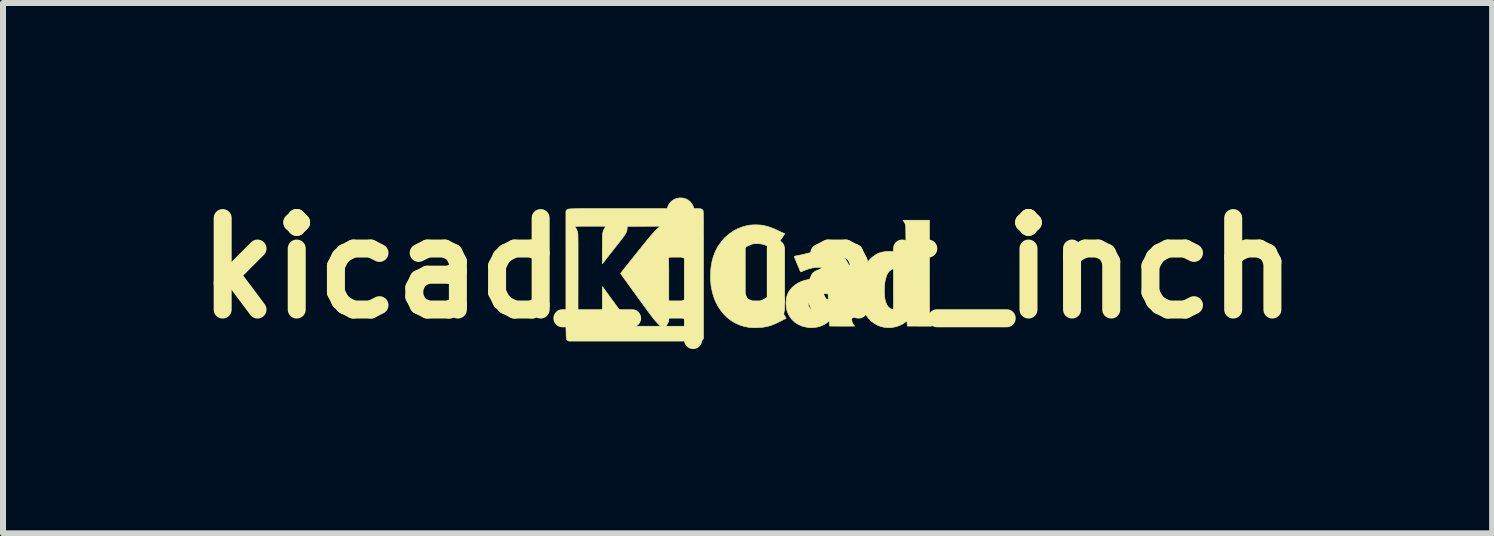
<source format=kicad_pcb>
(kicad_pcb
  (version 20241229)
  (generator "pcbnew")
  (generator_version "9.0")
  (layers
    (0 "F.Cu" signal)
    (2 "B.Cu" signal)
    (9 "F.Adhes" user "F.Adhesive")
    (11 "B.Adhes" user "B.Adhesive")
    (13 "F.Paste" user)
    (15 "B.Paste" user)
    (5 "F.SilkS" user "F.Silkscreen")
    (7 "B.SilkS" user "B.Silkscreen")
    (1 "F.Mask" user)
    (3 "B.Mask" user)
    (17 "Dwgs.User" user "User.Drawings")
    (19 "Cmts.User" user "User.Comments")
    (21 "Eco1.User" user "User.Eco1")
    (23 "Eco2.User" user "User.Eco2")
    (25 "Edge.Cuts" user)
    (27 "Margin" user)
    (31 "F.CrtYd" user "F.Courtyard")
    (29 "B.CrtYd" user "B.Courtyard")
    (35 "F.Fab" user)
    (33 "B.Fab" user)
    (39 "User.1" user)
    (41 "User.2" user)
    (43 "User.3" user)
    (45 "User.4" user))
  (footprint "kicad_quar_inch"
    (layer "F.Cu")
    (at 9.405 1.418)
    (property "Reference" "kicad_quar_inch" (at 0 0 0) (layer "F.SilkS") (effects (font (size 1.524 1.524) (thickness 0.3))))
    (attr through_hole)
    (fp_poly (pts (xy 0.192 -0.72) (xy 0.237 -0.716) (xy 0.273 -0.71) (xy 0.331 -0.696) (xy 0.388 -0.677) (xy 0.447 -0.654) (xy 0.508 -0.625) (xy 0.535 -0.612) (xy 0.56 -0.6) (xy 0.581 -0.591) (xy 0.597 -0.585) (xy 0.604 -0.582) (xy 0.615 -0.579) (xy 0.619 -0.574) (xy 0.619 -0.573) (xy 0.616 -0.568) (xy 0.608 -0.556) (xy 0.596 -0.537) (xy 0.58 -0.513) (xy 0.56 -0.485) (xy 0.539 -0.454) (xy 0.521 -0.428) (xy 0.425 -0.288) (xy 0.39 -0.321) (xy 0.351 -0.354) (xy 0.31 -0.379) (xy 0.266 -0.395) (xy 0.218 -0.405) (xy 0.164 -0.409) (xy 0.159 -0.409) (xy 0.131 -0.408) (xy 0.11 -0.407) (xy 0.092 -0.405) (xy 0.076 -0.401) (xy 0.058 -0.395) (xy 0.057 -0.395) (xy 0.009 -0.374) (xy -0.035 -0.345) (xy -0.073 -0.307) (xy -0.107 -0.261) (xy -0.136 -0.207) (xy -0.16 -0.145) (xy -0.179 -0.074) (xy -0.184 -0.052) (xy -0.189 -0.023) (xy -0.192 0.015) (xy -0.195 0.057) (xy -0.197 0.102) (xy -0.198 0.148) (xy -0.198 0.192) (xy -0.196 0.232) (xy -0.194 0.259) (xy -0.182 0.332) (xy -0.165 0.399) (xy -0.143 0.459) (xy -0.115 0.514) (xy -0.083 0.56) (xy -0.046 0.599) (xy -0.038 0.605) (xy 0.009 0.637) (xy 0.059 0.66) (xy 0.111 0.674) (xy 0.164 0.679) (xy 0.218 0.675) (xy 0.272 0.662) (xy 0.324 0.64) (xy 0.375 0.609) (xy 0.424 0.57) (xy 0.43 0.565) (xy 0.46 0.535) (xy 0.483 0.571) (xy 0.492 0.586) (xy 0.505 0.607) (xy 0.521 0.633) (xy 0.539 0.663) (xy 0.559 0.695) (xy 0.574 0.721) (xy 0.644 0.835) (xy 0.549 0.883) (xy 0.498 0.908) (xy 0.453 0.929) (xy 0.413 0.945) (xy 0.375 0.959) (xy 0.338 0.969) (xy 0.298 0.977) (xy 0.256 0.984) (xy 0.248 0.985) (xy 0.216 0.988) (xy 0.177 0.99) (xy 0.136 0.991) (xy 0.095 0.991) (xy 0.058 0.989) (xy 0.03 0.987) (xy -0.053 0.972) (xy -0.131 0.947) (xy -0.205 0.914) (xy -0.274 0.873) (xy -0.339 0.823) (xy -0.398 0.764) (xy -0.437 0.717) (xy -0.485 0.646) (xy -0.527 0.569) (xy -0.561 0.486) (xy -0.587 0.398) (xy -0.606 0.306) (xy -0.61 0.27) (xy -0.613 0.237) (xy -0.615 0.196) (xy -0.616 0.151) (xy -0.615 0.104) (xy -0.614 0.059) (xy -0.612 0.018) (xy -0.608 -0.017) (xy -0.608 -0.02) (xy -0.592 -0.111) (xy -0.569 -0.195) (xy -0.538 -0.274) (xy -0.501 -0.348) (xy -0.482 -0.377) (xy -0.431 -0.447) (xy -0.374 -0.511) (xy -0.311 -0.566) (xy -0.242 -0.615) (xy -0.169 -0.655) (xy -0.091 -0.686) (xy -0.011 -0.708) (xy 0.011 -0.713) (xy 0.05 -0.718) (xy 0.096 -0.721) (xy 0.144 -0.722) (xy 0.192 -0.72)) (stroke (width 0.01) (type solid)) (fill yes) (layer "F.SilkS"))
    (fp_poly (pts (xy 3.031 0.02) (xy 3.031 0.128) (xy 3.031 0.227) (xy 3.031 0.317) (xy 3.031 0.398) (xy 3.031 0.471) (xy 3.031 0.536) (xy 3.032 0.595) (xy 3.032 0.646) (xy 3.032 0.692) (xy 3.033 0.731) (xy 3.034 0.766) (xy 3.034 0.795) (xy 3.035 0.82) (xy 3.036 0.841) (xy 3.038 0.859) (xy 3.039 0.873) (xy 3.041 0.885) (xy 3.043 0.895) (xy 3.045 0.903) (xy 3.048 0.91) (xy 3.051 0.917) (xy 3.054 0.923) (xy 3.057 0.929) (xy 3.06 0.935) (xy 3.068 0.949) (xy 3.073 0.96) (xy 3.075 0.964) (xy 3.071 0.964) (xy 3.057 0.965) (xy 3.036 0.966) (xy 3.008 0.966) (xy 2.974 0.966) (xy 2.935 0.966) (xy 2.893 0.966) (xy 2.869 0.966) (xy 2.662 0.965) (xy 2.659 0.921) (xy 2.657 0.877) (xy 2.633 0.896) (xy 2.586 0.929) (xy 2.532 0.956) (xy 2.474 0.975) (xy 2.413 0.987) (xy 2.41 0.987) (xy 2.377 0.99) (xy 2.351 0.991) (xy 2.326 0.991) (xy 2.3 0.988) (xy 2.287 0.987) (xy 2.226 0.974) (xy 2.168 0.952) (xy 2.113 0.921) (xy 2.062 0.883) (xy 2.016 0.837) (xy 1.976 0.784) (xy 1.952 0.743) (xy 1.922 0.677) (xy 1.9 0.606) (xy 1.885 0.528) (xy 1.877 0.443) (xy 1.877 0.434) (xy 1.877 0.393) (xy 2.28 0.393) (xy 2.281 0.437) (xy 2.284 0.476) (xy 2.288 0.509) (xy 2.291 0.521) (xy 2.304 0.571) (xy 2.323 0.612) (xy 2.345 0.645) (xy 2.373 0.669) (xy 2.406 0.685) (xy 2.444 0.693) (xy 2.458 0.694) (xy 2.471 0.693) (xy 2.489 0.691) (xy 2.506 0.687) (xy 2.544 0.677) (xy 2.579 0.662) (xy 2.612 0.642) (xy 2.639 0.624) (xy 2.639 0.064) (xy 2.609 0.044) (xy 2.571 0.025) (xy 2.531 0.012) (xy 2.49 0.005) (xy 2.451 0.006) (xy 2.419 0.013) (xy 2.397 0.024) (xy 2.374 0.041) (xy 2.352 0.062) (xy 2.336 0.085) (xy 2.335 0.086) (xy 2.321 0.114) (xy 2.309 0.149) (xy 2.297 0.189) (xy 2.289 0.231) (xy 2.285 0.265) (xy 2.282 0.305) (xy 2.28 0.349) (xy 2.28 0.393) (xy 1.877 0.393) (xy 1.876 0.346) (xy 1.882 0.26) (xy 1.894 0.178) (xy 1.912 0.1) (xy 1.935 0.028) (xy 1.963 -0.038) (xy 1.979 -0.067) (xy 2.009 -0.111) (xy 2.046 -0.153) (xy 2.089 -0.191) (xy 2.135 -0.223) (xy 2.182 -0.248) (xy 2.193 -0.252) (xy 2.239 -0.266) (xy 2.291 -0.276) (xy 2.346 -0.28) (xy 2.401 -0.279) (xy 2.446 -0.273) (xy 2.489 -0.263) (xy 2.531 -0.248) (xy 2.571 -0.23) (xy 2.606 -0.209) (xy 2.628 -0.192) (xy 2.64 -0.181) (xy 2.638 -0.447) (xy 2.638 -0.505) (xy 2.638 -0.554) (xy 2.637 -0.595) (xy 2.637 -0.628) (xy 2.636 -0.655) (xy 2.636 -0.677) (xy 2.635 -0.693) (xy 2.634 -0.706) (xy 2.633 -0.716) (xy 2.631 -0.724) (xy 2.629 -0.73) (xy 2.627 -0.736) (xy 2.626 -0.738) (xy 2.617 -0.757) (xy 2.607 -0.774) (xy 2.602 -0.782) (xy 2.589 -0.799) (xy 3.031 -0.799) (xy 3.031 0.02)) (stroke (width 0.01) (type solid)) (fill yes) (layer "F.SilkS"))
    (fp_poly (pts (xy 1.314 -0.277) (xy 1.379 -0.27) (xy 1.438 -0.258) (xy 1.491 -0.241) (xy 1.539 -0.218) (xy 1.568 -0.2) (xy 1.607 -0.17) (xy 1.641 -0.134) (xy 1.668 -0.091) (xy 1.691 -0.041) (xy 1.71 0.017) (xy 1.718 0.05) (xy 1.72 0.059) (xy 1.721 0.068) (xy 1.723 0.078) (xy 1.724 0.09) (xy 1.725 0.104) (xy 1.726 0.121) (xy 1.727 0.142) (xy 1.727 0.168) (xy 1.728 0.199) (xy 1.729 0.235) (xy 1.729 0.279) (xy 1.73 0.33) (xy 1.73 0.389) (xy 1.731 0.457) (xy 1.731 0.486) (xy 1.732 0.558) (xy 1.732 0.62) (xy 1.733 0.673) (xy 1.733 0.719) (xy 1.734 0.757) (xy 1.734 0.79) (xy 1.735 0.816) (xy 1.736 0.837) (xy 1.736 0.854) (xy 1.737 0.867) (xy 1.738 0.877) (xy 1.74 0.885) (xy 1.741 0.891) (xy 1.743 0.897) (xy 1.745 0.902) (xy 1.745 0.902) (xy 1.753 0.92) (xy 1.763 0.938) (xy 1.768 0.945) (xy 1.776 0.956) (xy 1.781 0.963) (xy 1.781 0.965) (xy 1.776 0.965) (xy 1.763 0.966) (xy 1.741 0.966) (xy 1.713 0.966) (xy 1.678 0.966) (xy 1.639 0.966) (xy 1.597 0.966) (xy 1.574 0.966) (xy 1.367 0.965) (xy 1.364 0.921) (xy 1.362 0.878) (xy 1.334 0.9) (xy 1.303 0.923) (xy 1.265 0.945) (xy 1.225 0.962) (xy 1.198 0.972) (xy 1.161 0.981) (xy 1.121 0.987) (xy 1.082 0.991) (xy 1.045 0.991) (xy 1.022 0.989) (xy 0.984 0.983) (xy 0.954 0.977) (xy 0.928 0.971) (xy 0.903 0.963) (xy 0.901 0.962) (xy 0.843 0.936) (xy 0.791 0.903) (xy 0.747 0.863) (xy 0.709 0.817) (xy 0.68 0.766) (xy 0.658 0.71) (xy 0.645 0.649) (xy 0.641 0.584) (xy 0.641 0.582) (xy 1.012 0.582) (xy 1.015 0.615) (xy 1.021 0.637) (xy 1.039 0.665) (xy 1.064 0.688) (xy 1.095 0.706) (xy 1.12 0.714) (xy 1.139 0.717) (xy 1.165 0.717) (xy 1.193 0.716) (xy 1.22 0.712) (xy 1.242 0.707) (xy 1.243 0.707) (xy 1.273 0.693) (xy 1.302 0.673) (xy 1.326 0.649) (xy 1.33 0.644) (xy 1.344 0.624) (xy 1.344 0.528) (xy 1.344 0.498) (xy 1.344 0.472) (xy 1.343 0.451) (xy 1.341 0.436) (xy 1.34 0.43) (xy 1.34 0.429) (xy 1.333 0.428) (xy 1.319 0.426) (xy 1.3 0.425) (xy 1.286 0.424) (xy 1.233 0.423) (xy 1.183 0.428) (xy 1.138 0.439) (xy 1.098 0.455) (xy 1.065 0.475) (xy 1.039 0.5) (xy 1.026 0.52) (xy 1.018 0.538) (xy 1.014 0.554) (xy 1.012 0.573) (xy 1.012 0.582) (xy 0.641 0.582) (xy 0.642 0.558) (xy 0.645 0.517) (xy 0.651 0.482) (xy 0.661 0.45) (xy 0.675 0.417) (xy 0.681 0.404) (xy 0.71 0.359) (xy 0.748 0.317) (xy 0.793 0.279) (xy 0.845 0.246) (xy 0.902 0.219) (xy 0.911 0.216) (xy 0.952 0.203) (xy 1 0.192) (xy 1.055 0.183) (xy 1.113 0.176) (xy 1.172 0.172) (xy 1.232 0.171) (xy 1.282 0.172) (xy 1.351 0.175) (xy 1.348 0.143) (xy 1.341 0.1) (xy 1.328 0.064) (xy 1.31 0.035) (xy 1.286 0.013) (xy 1.268 0.003) (xy 1.251 -0.005) (xy 1.235 -0.01) (xy 1.215 -0.013) (xy 1.196 -0.014) (xy 1.14 -0.013) (xy 1.08 -0.004) (xy 1.017 0.012) (xy 0.953 0.035) (xy 0.924 0.047) (xy 0.907 0.055) (xy 0.893 0.06) (xy 0.885 0.063) (xy 0.884 0.062) (xy 0.882 0.057) (xy 0.876 0.045) (xy 0.868 0.026) (xy 0.858 0.002) (xy 0.847 -0.025) (xy 0.834 -0.055) (xy 0.822 -0.085) (xy 0.81 -0.114) (xy 0.799 -0.14) (xy 0.79 -0.163) (xy 0.783 -0.181) (xy 0.779 -0.192) (xy 0.778 -0.194) (xy 0.782 -0.198) (xy 0.794 -0.202) (xy 0.814 -0.206) (xy 0.819 -0.206) (xy 0.836 -0.21) (xy 0.861 -0.215) (xy 0.892 -0.221) (xy 0.925 -0.229) (xy 0.96 -0.237) (xy 0.97 -0.24) (xy 1.016 -0.251) (xy 1.055 -0.26) (xy 1.088 -0.267) (xy 1.117 -0.272) (xy 1.143 -0.276) (xy 1.17 -0.278) (xy 1.198 -0.279) (xy 1.229 -0.279) (xy 1.24 -0.279) (xy 1.314 -0.277)) (stroke (width 0.01) (type solid)) (fill yes) (layer "F.SilkS"))
    (fp_poly (pts (xy -1.068 -1.167) (xy -1.024 -1.153) (xy -0.985 -1.131) (xy -0.951 -1.102) (xy -0.923 -1.065) (xy -0.902 -1.022) (xy -0.898 -1.011) (xy -0.892 -0.992) (xy -0.838 -0.992) (xy -0.806 -0.991) (xy -0.782 -0.989) (xy -0.765 -0.983) (xy -0.752 -0.975) (xy -0.743 -0.964) (xy -0.743 -0.963) (xy -0.742 -0.961) (xy -0.741 -0.958) (xy -0.74 -0.953) (xy -0.739 -0.947) (xy -0.739 -0.938) (xy -0.738 -0.927) (xy -0.737 -0.913) (xy -0.737 -0.896) (xy -0.736 -0.875) (xy -0.736 -0.849) (xy -0.736 -0.819) (xy -0.735 -0.784) (xy -0.735 -0.744) (xy -0.735 -0.698) (xy -0.735 -0.646) (xy -0.735 -0.587) (xy -0.734 -0.521) (xy -0.734 -0.448) (xy -0.734 -0.368) (xy -0.734 -0.279) (xy -0.734 -0.182) (xy -0.734 -0.076) (xy -0.734 0.04) (xy -0.734 0.112) (xy -0.734 1.172) (xy -0.745 1.186) (xy -0.747 1.189) (xy -0.748 1.192) (xy -0.75 1.195) (xy -0.751 1.198) (xy -0.754 1.2) (xy -0.757 1.202) (xy -0.762 1.204) (xy -0.769 1.206) (xy -0.778 1.207) (xy -0.79 1.209) (xy -0.804 1.21) (xy -0.822 1.211) (xy -0.844 1.212) (xy -0.87 1.213) (xy -0.9 1.213) (xy -0.936 1.214) (xy -0.976 1.214) (xy -1.023 1.215) (xy -1.075 1.215) (xy -1.134 1.215) (xy -1.2 1.215) (xy -1.273 1.215) (xy -1.353 1.215) (xy -1.442 1.215) (xy -1.539 1.215) (xy -1.645 1.215) (xy -1.76 1.215) (xy -1.881 1.215) (xy -2.979 1.215) (xy -2.995 1.205) (xy -2.999 1.203) (xy -3.002 1.201) (xy -3.005 1.2) (xy -3.008 1.198) (xy -3.01 1.196) (xy -3.012 1.193) (xy -3.014 1.188) (xy -3.016 1.181) (xy -3.018 1.172) (xy -3.019 1.16) (xy -3.021 1.146) (xy -3.022 1.127) (xy -3.023 1.105) (xy -3.023 1.079) (xy -3.024 1.048) (xy -3.025 1.013) (xy -3.025 0.972) (xy -3.025 0.925) (xy -3.026 0.871) (xy -3.026 0.812) (xy -3.026 0.745) (xy -3.026 0.671) (xy -3.026 0.589) (xy -3.026 0.499) (xy -3.026 0.401) (xy -3.026 0.294) (xy -3.026 0.177) (xy -3.026 0.108) (xy -3.026 -0.695) (xy -2.882 -0.695) (xy -2.879 -0.689) (xy -2.872 -0.682) (xy -2.86 -0.667) (xy -2.848 -0.645) (xy -2.837 -0.619) (xy -2.83 -0.593) (xy -2.828 -0.582) (xy -2.827 -0.572) (xy -2.826 -0.552) (xy -2.825 -0.523) (xy -2.825 -0.484) (xy -2.824 -0.436) (xy -2.824 -0.378) (xy -2.824 -0.311) (xy -2.824 -0.233) (xy -2.824 -0.147) (xy -2.824 -0.05) (xy -2.824 0.056) (xy -2.824 0.156) (xy -2.825 0.861) (xy -2.836 0.89) (xy -2.845 0.909) (xy -2.855 0.928) (xy -2.862 0.937) (xy -2.871 0.949) (xy -2.878 0.959) (xy -2.879 0.961) (xy -2.878 0.963) (xy -2.873 0.964) (xy -2.863 0.965) (xy -2.847 0.966) (xy -2.825 0.966) (xy -2.797 0.967) (xy -2.76 0.967) (xy -2.716 0.967) (xy -2.663 0.967) (xy -2.623 0.967) (xy -2.362 0.967) (xy -2.379 0.939) (xy -2.388 0.924) (xy -2.395 0.909) (xy -2.401 0.894) (xy -2.407 0.878) (xy -2.411 0.86) (xy -2.414 0.838) (xy -2.416 0.812) (xy -2.418 0.781) (xy -2.419 0.745) (xy -2.42 0.701) (xy -2.42 0.651) (xy -2.42 0.591) (xy -2.42 0.552) (xy -2.418 0.307) (xy -2.247 0.541) (xy -2.215 0.584) (xy -2.184 0.627) (xy -2.155 0.667) (xy -2.128 0.705) (xy -2.104 0.738) (xy -2.084 0.767) (xy -2.068 0.79) (xy -2.057 0.807) (xy -2.052 0.815) (xy -2.034 0.85) (xy -2.022 0.88) (xy -2.016 0.907) (xy -2.016 0.934) (xy -2.016 0.939) (xy -2.019 0.967) (xy -1.449 0.967) (xy -1.361 0.967) (xy -1.117 0.967) (xy -1.069 0.967) (xy -1.024 0.967) (xy -0.983 0.967) (xy -0.947 0.967) (xy -0.917 0.966) (xy -0.894 0.966) (xy -0.879 0.966) (xy -0.873 0.965) (xy -0.873 0.965) (xy -0.876 0.96) (xy -0.882 0.95) (xy -0.887 0.942) (xy -0.898 0.923) (xy -0.908 0.903) (xy -0.911 0.895) (xy -0.912 0.891) (xy -0.913 0.886) (xy -0.915 0.88) (xy -0.916 0.872) (xy -0.916 0.861) (xy -0.917 0.847) (xy -0.918 0.83) (xy -0.918 0.808) (xy -0.919 0.782) (xy -0.919 0.751) (xy -0.92 0.714) (xy -0.92 0.67) (xy -0.92 0.62) (xy -0.921 0.562) (xy -0.921 0.496) (xy -0.921 0.421) (xy -0.922 0.337) (xy -0.922 0.306) (xy -0.923 -0.258) (xy -1.36 -0.258) (xy -1.345 -0.237) (xy -1.335 -0.219) (xy -1.325 -0.198) (xy -1.322 -0.191) (xy -1.32 -0.187) (xy -1.319 -0.182) (xy -1.318 -0.176) (xy -1.317 -0.168) (xy -1.316 -0.158) (xy -1.315 -0.146) (xy -1.314 -0.129) (xy -1.314 -0.109) (xy -1.313 -0.084) (xy -1.313 -0.054) (xy -1.313 -0.018) (xy -1.312 0.024) (xy -1.312 0.074) (xy -1.312 0.131) (xy -1.312 0.196) (xy -1.312 0.269) (xy -1.312 0.352) (xy -1.312 0.881) (xy -1.328 0.913) (xy -1.337 0.931) (xy -1.346 0.946) (xy -1.352 0.956) (xy -1.361 0.967) (xy -1.449 0.967) (xy -1.49 0.926) (xy -1.51 0.905) (xy -1.534 0.879) (xy -1.557 0.853) (xy -1.571 0.836) (xy -1.58 0.824) (xy -1.594 0.805) (xy -1.613 0.78) (xy -1.635 0.75) (xy -1.661 0.716) (xy -1.689 0.677) (xy -1.72 0.635) (xy -1.752 0.591) (xy -1.786 0.545) (xy -1.82 0.498) (xy -1.855 0.45) (xy -1.889 0.402) (xy -1.923 0.356) (xy -1.956 0.311) (xy -1.987 0.268) (xy -2.015 0.228) (xy -2.042 0.192) (xy -2.064 0.16) (xy -2.084 0.133) (xy -2.099 0.111) (xy -2.109 0.096) (xy -2.114 0.088) (xy -2.115 0.087) (xy -2.112 0.082) (xy -2.103 0.071) (xy -2.089 0.053) (xy -2.071 0.03) (xy -2.049 0.001) (xy -2.023 -0.031) (xy -1.994 -0.067) (xy -1.963 -0.106) (xy -1.93 -0.147) (xy -1.896 -0.19) (xy -1.862 -0.233) (xy -1.827 -0.276) (xy -1.793 -0.319) (xy -1.759 -0.36) (xy -1.728 -0.399) (xy -1.698 -0.436) (xy -1.672 -0.469) (xy -1.648 -0.498) (xy -1.628 -0.521) (xy -1.614 -0.538) (xy -1.584 -0.573) (xy -1.551 -0.608) (xy -1.519 -0.64) (xy -1.489 -0.668) (xy -1.471 -0.683) (xy -1.451 -0.699) (xy -1.728 -0.698) (xy -2.005 -0.697) (xy -2.006 -0.662) (xy -2.009 -0.635) (xy -2.017 -0.607) (xy -2.031 -0.578) (xy -2.052 -0.544) (xy -2.065 -0.525) (xy -2.072 -0.517) (xy -2.083 -0.502) (xy -2.099 -0.481) (xy -2.119 -0.455) (xy -2.142 -0.426) (xy -2.168 -0.393) (xy -2.195 -0.358) (xy -2.224 -0.321) (xy -2.253 -0.284) (xy -2.282 -0.248) (xy -2.31 -0.212) (xy -2.336 -0.179) (xy -2.36 -0.149) (xy -2.38 -0.123) (xy -2.398 -0.101) (xy -2.41 -0.086) (xy -2.418 -0.076) (xy -2.419 -0.075) (xy -2.42 -0.079) (xy -2.42 -0.092) (xy -2.42 -0.114) (xy -2.42 -0.142) (xy -2.42 -0.177) (xy -2.42 -0.217) (xy -2.42 -0.262) (xy -2.42 -0.309) (xy -2.42 -0.323) (xy -2.419 -0.38) (xy -2.419 -0.428) (xy -2.418 -0.468) (xy -2.418 -0.501) (xy -2.417 -0.528) (xy -2.416 -0.549) (xy -2.415 -0.566) (xy -2.414 -0.579) (xy -2.412 -0.589) (xy -2.41 -0.597) (xy -2.409 -0.602) (xy -2.398 -0.634) (xy -2.383 -0.665) (xy -2.368 -0.688) (xy -2.36 -0.699) (xy -2.621 -0.699) (xy -2.671 -0.699) (xy -2.718 -0.699) (xy -2.761 -0.699) (xy -2.798 -0.698) (xy -2.83 -0.698) (xy -2.855 -0.697) (xy -2.873 -0.696) (xy -2.881 -0.696) (xy -2.882 -0.695) (xy -3.026 -0.695) (xy -3.026 -0.951) (xy -3.016 -0.964) (xy -3.013 -0.968) (xy -3.011 -0.971) (xy -3.009 -0.974) (xy -3.006 -0.977) (xy -3.003 -0.979) (xy -2.998 -0.981) (xy -2.991 -0.983) (xy -2.982 -0.985) (xy -2.97 -0.986) (xy -2.955 -0.987) (xy -2.936 -0.989) (xy -2.913 -0.989) (xy -2.886 -0.99) (xy -2.854 -0.991) (xy -2.816 -0.991) (xy -2.773 -0.992) (xy -2.723 -0.992) (xy -2.666 -0.992) (xy -2.602 -0.992) (xy -2.531 -0.992) (xy -2.451 -0.992) (xy -2.363 -0.992) (xy -2.266 -0.992) (xy -2.159 -0.992) (xy -1.34 -0.992) (xy -1.334 -1.011) (xy -1.315 -1.056) (xy -1.288 -1.094) (xy -1.256 -1.125) (xy -1.217 -1.149) (xy -1.174 -1.164) (xy -1.127 -1.171) (xy -1.116 -1.171) (xy -1.068 -1.167)) (stroke (width 0.01) (type solid)) (fill yes) (layer "F.SilkS")))
  (gr_rect
    (start -3 -3)
    (end 21.811 5.836)
    (stroke (width 0.1) (type default))
    (fill no)
    (layer "Edge.Cuts")))
</source>
